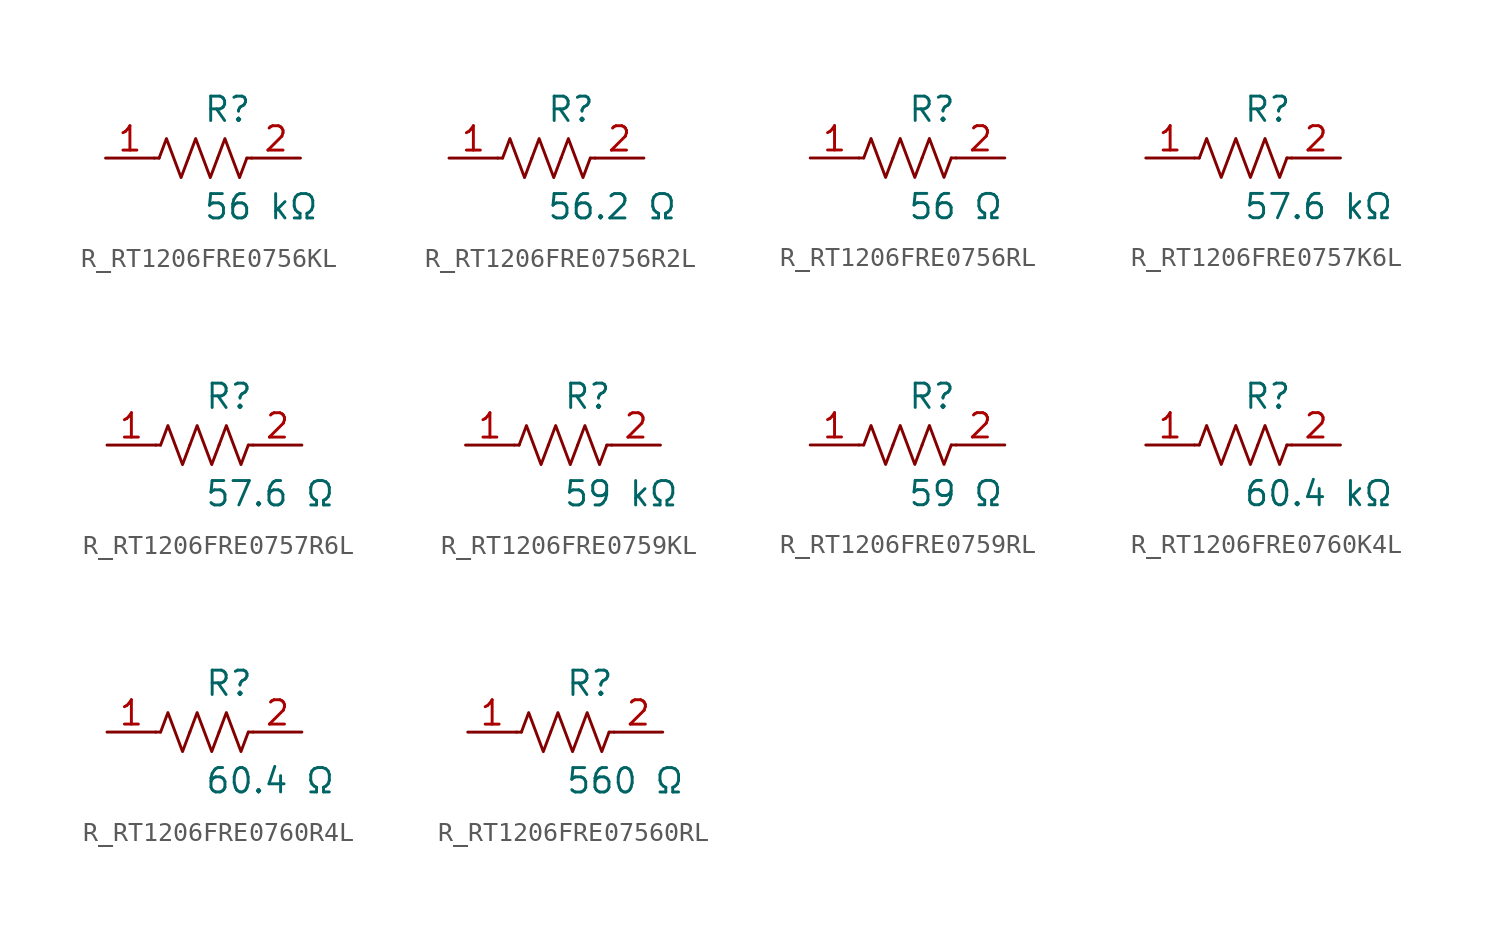
<source format=kicad_sym>
(kicad_symbol_lib
  (version 20231120)
  (generator kicad_symbol_editor)
  (generator_version 8.0)
  (symbol "R_RT1206FRE0756KL"
    (pin_names
      (offset 0.254))
    (property "Reference" "R"
      (at 0 2.54 0)
      (effects (font (size 1.27 1.27)) (justify left)))
    (property "Value" "56 kΩ"
      (at 0 -2.54 0)
      (effects (font (size 1.27 1.27)) (justify left)))
    (symbol "R_RT1206FRE0756KL_0_1"
      (polyline (pts (xy 2.286 0) (xy 2.54 0)) (stroke (width 0) (type default)) (fill (type none)))
      (polyline (pts (xy -2.286 0) (xy -2.54 0)) (stroke (width 0) (type default)) (fill (type none)))
      (polyline (pts (xy 0.762 0) (xy 1.143 1.016) (xy 1.524 0) (xy 1.905 -1.016) (xy 2.286 0)) (stroke (width 0) (type default)) (fill (type none)))
      (polyline (pts (xy -0.762 0) (xy -0.381 1.016) (xy 0 0) (xy 0.381 -1.016) (xy 0.762 0)) (stroke (width 0) (type default)) (fill (type none)))
      (polyline (pts (xy -2.286 0) (xy -1.905 1.016) (xy -1.524 0) (xy -1.143 -1.016) (xy -0.762 0)) (stroke (width 0) (type default)) (fill (type none))))
    (pin unspecified line
      (at -5.08 0 0)
      (length 2.54)
      (name "" (effects (font (size 1.27 1.27))))
      (number "1" (effects (font (size 1.27 1.27)))))
    (pin unspecified line
      (at 5.08 0 180)
      (length 2.54)
      (name "" (effects (font (size 1.27 1.27))))
      (number "2" (effects (font (size 1.27 1.27))))))
  (symbol "R_RT1206FRE0756R2L"
    (pin_names
      (offset 0.254))
    (property "Reference" "R"
      (at 0 2.54 0)
      (effects (font (size 1.27 1.27)) (justify left)))
    (property "Value" "56.2 Ω"
      (at 0 -2.54 0)
      (effects (font (size 1.27 1.27)) (justify left)))
    (symbol "R_RT1206FRE0756R2L_0_1"
      (polyline (pts (xy 2.286 0) (xy 2.54 0)) (stroke (width 0) (type default)) (fill (type none)))
      (polyline (pts (xy -2.286 0) (xy -2.54 0)) (stroke (width 0) (type default)) (fill (type none)))
      (polyline (pts (xy 0.762 0) (xy 1.143 1.016) (xy 1.524 0) (xy 1.905 -1.016) (xy 2.286 0)) (stroke (width 0) (type default)) (fill (type none)))
      (polyline (pts (xy -0.762 0) (xy -0.381 1.016) (xy 0 0) (xy 0.381 -1.016) (xy 0.762 0)) (stroke (width 0) (type default)) (fill (type none)))
      (polyline (pts (xy -2.286 0) (xy -1.905 1.016) (xy -1.524 0) (xy -1.143 -1.016) (xy -0.762 0)) (stroke (width 0) (type default)) (fill (type none))))
    (pin unspecified line
      (at -5.08 0 0)
      (length 2.54)
      (name "" (effects (font (size 1.27 1.27))))
      (number "1" (effects (font (size 1.27 1.27)))))
    (pin unspecified line
      (at 5.08 0 180)
      (length 2.54)
      (name "" (effects (font (size 1.27 1.27))))
      (number "2" (effects (font (size 1.27 1.27))))))
  (symbol "R_RT1206FRE0756RL"
    (pin_names
      (offset 0.254))
    (property "Reference" "R"
      (at 0 2.54 0)
      (effects (font (size 1.27 1.27)) (justify left)))
    (property "Value" "56 Ω"
      (at 0 -2.54 0)
      (effects (font (size 1.27 1.27)) (justify left)))
    (symbol "R_RT1206FRE0756RL_0_1"
      (polyline (pts (xy 2.286 0) (xy 2.54 0)) (stroke (width 0) (type default)) (fill (type none)))
      (polyline (pts (xy -2.286 0) (xy -2.54 0)) (stroke (width 0) (type default)) (fill (type none)))
      (polyline (pts (xy 0.762 0) (xy 1.143 1.016) (xy 1.524 0) (xy 1.905 -1.016) (xy 2.286 0)) (stroke (width 0) (type default)) (fill (type none)))
      (polyline (pts (xy -0.762 0) (xy -0.381 1.016) (xy 0 0) (xy 0.381 -1.016) (xy 0.762 0)) (stroke (width 0) (type default)) (fill (type none)))
      (polyline (pts (xy -2.286 0) (xy -1.905 1.016) (xy -1.524 0) (xy -1.143 -1.016) (xy -0.762 0)) (stroke (width 0) (type default)) (fill (type none))))
    (pin unspecified line
      (at -5.08 0 0)
      (length 2.54)
      (name "" (effects (font (size 1.27 1.27))))
      (number "1" (effects (font (size 1.27 1.27)))))
    (pin unspecified line
      (at 5.08 0 180)
      (length 2.54)
      (name "" (effects (font (size 1.27 1.27))))
      (number "2" (effects (font (size 1.27 1.27))))))
  (symbol "R_RT1206FRE0757K6L"
    (pin_names
      (offset 0.254))
    (property "Reference" "R"
      (at 0 2.54 0)
      (effects (font (size 1.27 1.27)) (justify left)))
    (property "Value" "57.6 kΩ"
      (at 0 -2.54 0)
      (effects (font (size 1.27 1.27)) (justify left)))
    (symbol "R_RT1206FRE0757K6L_0_1"
      (polyline (pts (xy 2.286 0) (xy 2.54 0)) (stroke (width 0) (type default)) (fill (type none)))
      (polyline (pts (xy -2.286 0) (xy -2.54 0)) (stroke (width 0) (type default)) (fill (type none)))
      (polyline (pts (xy 0.762 0) (xy 1.143 1.016) (xy 1.524 0) (xy 1.905 -1.016) (xy 2.286 0)) (stroke (width 0) (type default)) (fill (type none)))
      (polyline (pts (xy -0.762 0) (xy -0.381 1.016) (xy 0 0) (xy 0.381 -1.016) (xy 0.762 0)) (stroke (width 0) (type default)) (fill (type none)))
      (polyline (pts (xy -2.286 0) (xy -1.905 1.016) (xy -1.524 0) (xy -1.143 -1.016) (xy -0.762 0)) (stroke (width 0) (type default)) (fill (type none))))
    (pin unspecified line
      (at -5.08 0 0)
      (length 2.54)
      (name "" (effects (font (size 1.27 1.27))))
      (number "1" (effects (font (size 1.27 1.27)))))
    (pin unspecified line
      (at 5.08 0 180)
      (length 2.54)
      (name "" (effects (font (size 1.27 1.27))))
      (number "2" (effects (font (size 1.27 1.27))))))
  (symbol "R_RT1206FRE0757R6L"
    (pin_names
      (offset 0.254))
    (property "Reference" "R"
      (at 0 2.54 0)
      (effects (font (size 1.27 1.27)) (justify left)))
    (property "Value" "57.6 Ω"
      (at 0 -2.54 0)
      (effects (font (size 1.27 1.27)) (justify left)))
    (symbol "R_RT1206FRE0757R6L_0_1"
      (polyline (pts (xy 2.286 0) (xy 2.54 0)) (stroke (width 0) (type default)) (fill (type none)))
      (polyline (pts (xy -2.286 0) (xy -2.54 0)) (stroke (width 0) (type default)) (fill (type none)))
      (polyline (pts (xy 0.762 0) (xy 1.143 1.016) (xy 1.524 0) (xy 1.905 -1.016) (xy 2.286 0)) (stroke (width 0) (type default)) (fill (type none)))
      (polyline (pts (xy -0.762 0) (xy -0.381 1.016) (xy 0 0) (xy 0.381 -1.016) (xy 0.762 0)) (stroke (width 0) (type default)) (fill (type none)))
      (polyline (pts (xy -2.286 0) (xy -1.905 1.016) (xy -1.524 0) (xy -1.143 -1.016) (xy -0.762 0)) (stroke (width 0) (type default)) (fill (type none))))
    (pin unspecified line
      (at -5.08 0 0)
      (length 2.54)
      (name "" (effects (font (size 1.27 1.27))))
      (number "1" (effects (font (size 1.27 1.27)))))
    (pin unspecified line
      (at 5.08 0 180)
      (length 2.54)
      (name "" (effects (font (size 1.27 1.27))))
      (number "2" (effects (font (size 1.27 1.27))))))
  (symbol "R_RT1206FRE0759KL"
    (pin_names
      (offset 0.254))
    (property "Reference" "R"
      (at 0 2.54 0)
      (effects (font (size 1.27 1.27)) (justify left)))
    (property "Value" "59 kΩ"
      (at 0 -2.54 0)
      (effects (font (size 1.27 1.27)) (justify left)))
    (symbol "R_RT1206FRE0759KL_0_1"
      (polyline (pts (xy 2.286 0) (xy 2.54 0)) (stroke (width 0) (type default)) (fill (type none)))
      (polyline (pts (xy -2.286 0) (xy -2.54 0)) (stroke (width 0) (type default)) (fill (type none)))
      (polyline (pts (xy 0.762 0) (xy 1.143 1.016) (xy 1.524 0) (xy 1.905 -1.016) (xy 2.286 0)) (stroke (width 0) (type default)) (fill (type none)))
      (polyline (pts (xy -0.762 0) (xy -0.381 1.016) (xy 0 0) (xy 0.381 -1.016) (xy 0.762 0)) (stroke (width 0) (type default)) (fill (type none)))
      (polyline (pts (xy -2.286 0) (xy -1.905 1.016) (xy -1.524 0) (xy -1.143 -1.016) (xy -0.762 0)) (stroke (width 0) (type default)) (fill (type none))))
    (pin unspecified line
      (at -5.08 0 0)
      (length 2.54)
      (name "" (effects (font (size 1.27 1.27))))
      (number "1" (effects (font (size 1.27 1.27)))))
    (pin unspecified line
      (at 5.08 0 180)
      (length 2.54)
      (name "" (effects (font (size 1.27 1.27))))
      (number "2" (effects (font (size 1.27 1.27))))))
  (symbol "R_RT1206FRE0759RL"
    (pin_names
      (offset 0.254))
    (property "Reference" "R"
      (at 0 2.54 0)
      (effects (font (size 1.27 1.27)) (justify left)))
    (property "Value" "59 Ω"
      (at 0 -2.54 0)
      (effects (font (size 1.27 1.27)) (justify left)))
    (symbol "R_RT1206FRE0759RL_0_1"
      (polyline (pts (xy 2.286 0) (xy 2.54 0)) (stroke (width 0) (type default)) (fill (type none)))
      (polyline (pts (xy -2.286 0) (xy -2.54 0)) (stroke (width 0) (type default)) (fill (type none)))
      (polyline (pts (xy 0.762 0) (xy 1.143 1.016) (xy 1.524 0) (xy 1.905 -1.016) (xy 2.286 0)) (stroke (width 0) (type default)) (fill (type none)))
      (polyline (pts (xy -0.762 0) (xy -0.381 1.016) (xy 0 0) (xy 0.381 -1.016) (xy 0.762 0)) (stroke (width 0) (type default)) (fill (type none)))
      (polyline (pts (xy -2.286 0) (xy -1.905 1.016) (xy -1.524 0) (xy -1.143 -1.016) (xy -0.762 0)) (stroke (width 0) (type default)) (fill (type none))))
    (pin unspecified line
      (at -5.08 0 0)
      (length 2.54)
      (name "" (effects (font (size 1.27 1.27))))
      (number "1" (effects (font (size 1.27 1.27)))))
    (pin unspecified line
      (at 5.08 0 180)
      (length 2.54)
      (name "" (effects (font (size 1.27 1.27))))
      (number "2" (effects (font (size 1.27 1.27))))))
  (symbol "R_RT1206FRE0760K4L"
    (pin_names
      (offset 0.254))
    (property "Reference" "R"
      (at 0 2.54 0)
      (effects (font (size 1.27 1.27)) (justify left)))
    (property "Value" "60.4 kΩ"
      (at 0 -2.54 0)
      (effects (font (size 1.27 1.27)) (justify left)))
    (symbol "R_RT1206FRE0760K4L_0_1"
      (polyline (pts (xy 2.286 0) (xy 2.54 0)) (stroke (width 0) (type default)) (fill (type none)))
      (polyline (pts (xy -2.286 0) (xy -2.54 0)) (stroke (width 0) (type default)) (fill (type none)))
      (polyline (pts (xy 0.762 0) (xy 1.143 1.016) (xy 1.524 0) (xy 1.905 -1.016) (xy 2.286 0)) (stroke (width 0) (type default)) (fill (type none)))
      (polyline (pts (xy -0.762 0) (xy -0.381 1.016) (xy 0 0) (xy 0.381 -1.016) (xy 0.762 0)) (stroke (width 0) (type default)) (fill (type none)))
      (polyline (pts (xy -2.286 0) (xy -1.905 1.016) (xy -1.524 0) (xy -1.143 -1.016) (xy -0.762 0)) (stroke (width 0) (type default)) (fill (type none))))
    (pin unspecified line
      (at -5.08 0 0)
      (length 2.54)
      (name "" (effects (font (size 1.27 1.27))))
      (number "1" (effects (font (size 1.27 1.27)))))
    (pin unspecified line
      (at 5.08 0 180)
      (length 2.54)
      (name "" (effects (font (size 1.27 1.27))))
      (number "2" (effects (font (size 1.27 1.27))))))
  (symbol "R_RT1206FRE0760R4L"
    (pin_names
      (offset 0.254))
    (property "Reference" "R"
      (at 0 2.54 0)
      (effects (font (size 1.27 1.27)) (justify left)))
    (property "Value" "60.4 Ω"
      (at 0 -2.54 0)
      (effects (font (size 1.27 1.27)) (justify left)))
    (symbol "R_RT1206FRE0760R4L_0_1"
      (polyline (pts (xy 2.286 0) (xy 2.54 0)) (stroke (width 0) (type default)) (fill (type none)))
      (polyline (pts (xy -2.286 0) (xy -2.54 0)) (stroke (width 0) (type default)) (fill (type none)))
      (polyline (pts (xy 0.762 0) (xy 1.143 1.016) (xy 1.524 0) (xy 1.905 -1.016) (xy 2.286 0)) (stroke (width 0) (type default)) (fill (type none)))
      (polyline (pts (xy -0.762 0) (xy -0.381 1.016) (xy 0 0) (xy 0.381 -1.016) (xy 0.762 0)) (stroke (width 0) (type default)) (fill (type none)))
      (polyline (pts (xy -2.286 0) (xy -1.905 1.016) (xy -1.524 0) (xy -1.143 -1.016) (xy -0.762 0)) (stroke (width 0) (type default)) (fill (type none))))
    (pin unspecified line
      (at -5.08 0 0)
      (length 2.54)
      (name "" (effects (font (size 1.27 1.27))))
      (number "1" (effects (font (size 1.27 1.27)))))
    (pin unspecified line
      (at 5.08 0 180)
      (length 2.54)
      (name "" (effects (font (size 1.27 1.27))))
      (number "2" (effects (font (size 1.27 1.27))))))
  (symbol "R_RT1206FRE07560RL"
    (pin_names
      (offset 0.254))
    (property "Reference" "R"
      (at 0 2.54 0)
      (effects (font (size 1.27 1.27)) (justify left)))
    (property "Value" "560 Ω"
      (at 0 -2.54 0)
      (effects (font (size 1.27 1.27)) (justify left)))
    (symbol "R_RT1206FRE07560RL_0_1"
      (polyline (pts (xy 2.286 0) (xy 2.54 0)) (stroke (width 0) (type default)) (fill (type none)))
      (polyline (pts (xy -2.286 0) (xy -2.54 0)) (stroke (width 0) (type default)) (fill (type none)))
      (polyline (pts (xy 0.762 0) (xy 1.143 1.016) (xy 1.524 0) (xy 1.905 -1.016) (xy 2.286 0)) (stroke (width 0) (type default)) (fill (type none)))
      (polyline (pts (xy -0.762 0) (xy -0.381 1.016) (xy 0 0) (xy 0.381 -1.016) (xy 0.762 0)) (stroke (width 0) (type default)) (fill (type none)))
      (polyline (pts (xy -2.286 0) (xy -1.905 1.016) (xy -1.524 0) (xy -1.143 -1.016) (xy -0.762 0)) (stroke (width 0) (type default)) (fill (type none))))
    (pin unspecified line
      (at -5.08 0 0)
      (length 2.54)
      (name "" (effects (font (size 1.27 1.27))))
      (number "1" (effects (font (size 1.27 1.27)))))
    (pin unspecified line
      (at 5.08 0 180)
      (length 2.54)
      (name "" (effects (font (size 1.27 1.27))))
      (number "2" (effects (font (size 1.27 1.27)))))))
</source>
